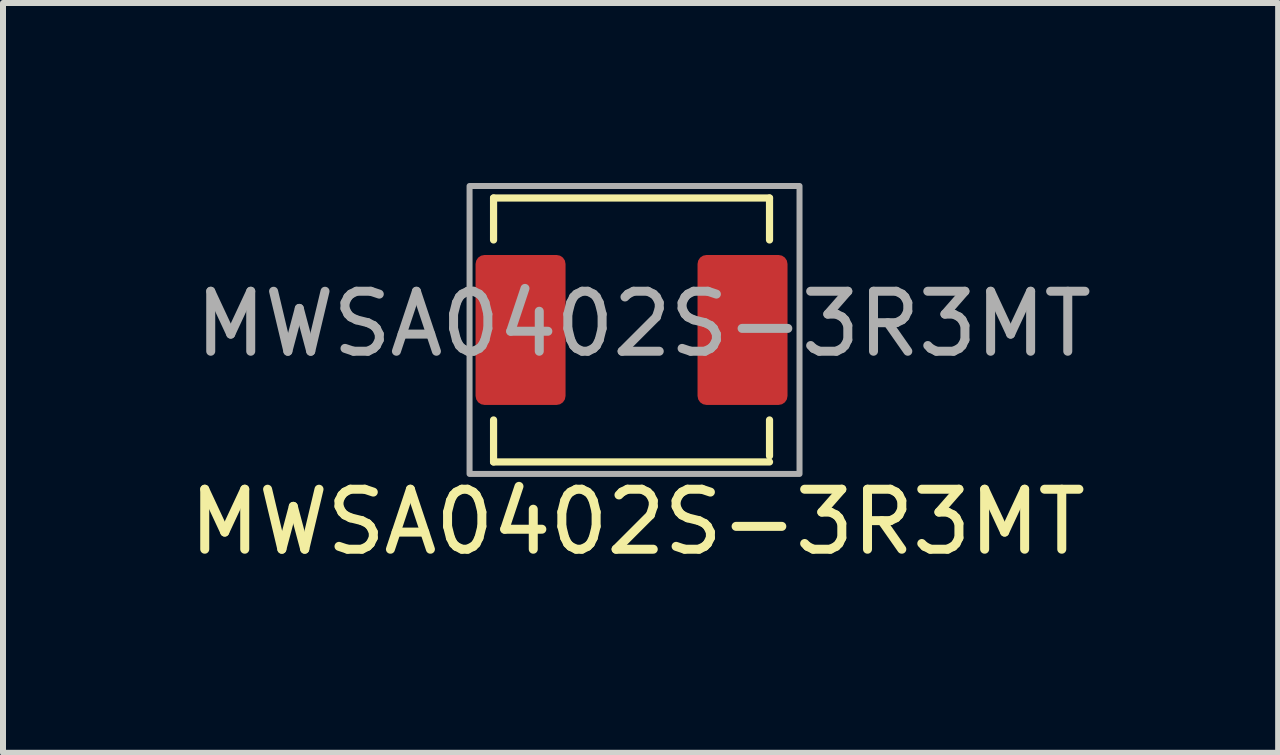
<source format=kicad_pcb>
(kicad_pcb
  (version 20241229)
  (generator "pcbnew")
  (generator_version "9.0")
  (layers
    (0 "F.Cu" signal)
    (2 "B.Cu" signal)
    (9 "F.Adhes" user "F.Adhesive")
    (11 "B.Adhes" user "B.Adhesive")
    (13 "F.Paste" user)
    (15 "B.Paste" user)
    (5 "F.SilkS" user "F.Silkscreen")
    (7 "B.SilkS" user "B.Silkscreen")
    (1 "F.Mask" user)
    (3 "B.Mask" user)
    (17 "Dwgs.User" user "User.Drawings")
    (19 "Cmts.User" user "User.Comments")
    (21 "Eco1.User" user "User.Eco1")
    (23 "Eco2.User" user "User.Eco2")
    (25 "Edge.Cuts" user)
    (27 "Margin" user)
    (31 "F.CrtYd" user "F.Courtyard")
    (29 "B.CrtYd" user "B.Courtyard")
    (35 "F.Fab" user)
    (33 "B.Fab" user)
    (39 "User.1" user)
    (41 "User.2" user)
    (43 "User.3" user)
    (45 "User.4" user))
  (footprint "MWSA0402S-3R3MT"
    (layer "F.Cu")
    (at 7.477 2.45)
    (property "Reference" "MWSA0402S-3R3MT" (at 0.1 3.2 0) (unlocked yes) (layer "F.SilkS") (effects (font (size 1 1) (thickness 0.15))))
    (attr smd)
    (fp_line (start -2.3 -2.2) (end 2.3 -2.2) (stroke (width 0.12) (type solid)) (layer "F.SilkS"))
    (fp_line (start -2.3 -1.5) (end -2.3 -2.2) (stroke (width 0.12) (type solid)) (layer "F.SilkS"))
    (fp_line (start -2.3 2.2) (end -2.3 1.5) (stroke (width 0.12) (type solid)) (layer "F.SilkS"))
    (fp_line (start -2.3 2.2) (end 2.3 2.2) (stroke (width 0.12) (type solid)) (layer "F.SilkS"))
    (fp_line (start 2.3 -2.2) (end 2.3 -1.5) (stroke (width 0.12) (type solid)) (layer "F.SilkS"))
    (fp_line (start 2.3 2.1) (end 2.3 1.5) (stroke (width 0.12) (type solid)) (layer "F.SilkS"))
    (fp_rect (start -2.7 -2.4) (end 2.8 2.4) (stroke (width 0.1) (type solid)) (fill no) (layer "F.Fab"))
    (fp_text user "${REFERENCE}" (at 0.2 -0.1 0) (unlocked yes) (layer "F.Fab") (effects (font (size 1 1) (thickness 0.15))))
    (pad "1" smd roundrect (at -1.85 0) (size 1.5 2.5) (layers "F.Cu" "F.Mask" "F.Paste") (roundrect_rratio 0.1))
    (pad "2" smd roundrect (at 1.85 0) (size 1.5 2.5) (layers "F.Cu" "F.Mask" "F.Paste") (roundrect_rratio 0.1)))
  (gr_rect
    (start -3 -3)
    (end 18.255 9.498)
    (stroke (width 0.1) (type default))
    (fill no)
    (layer "Edge.Cuts")))
</source>
